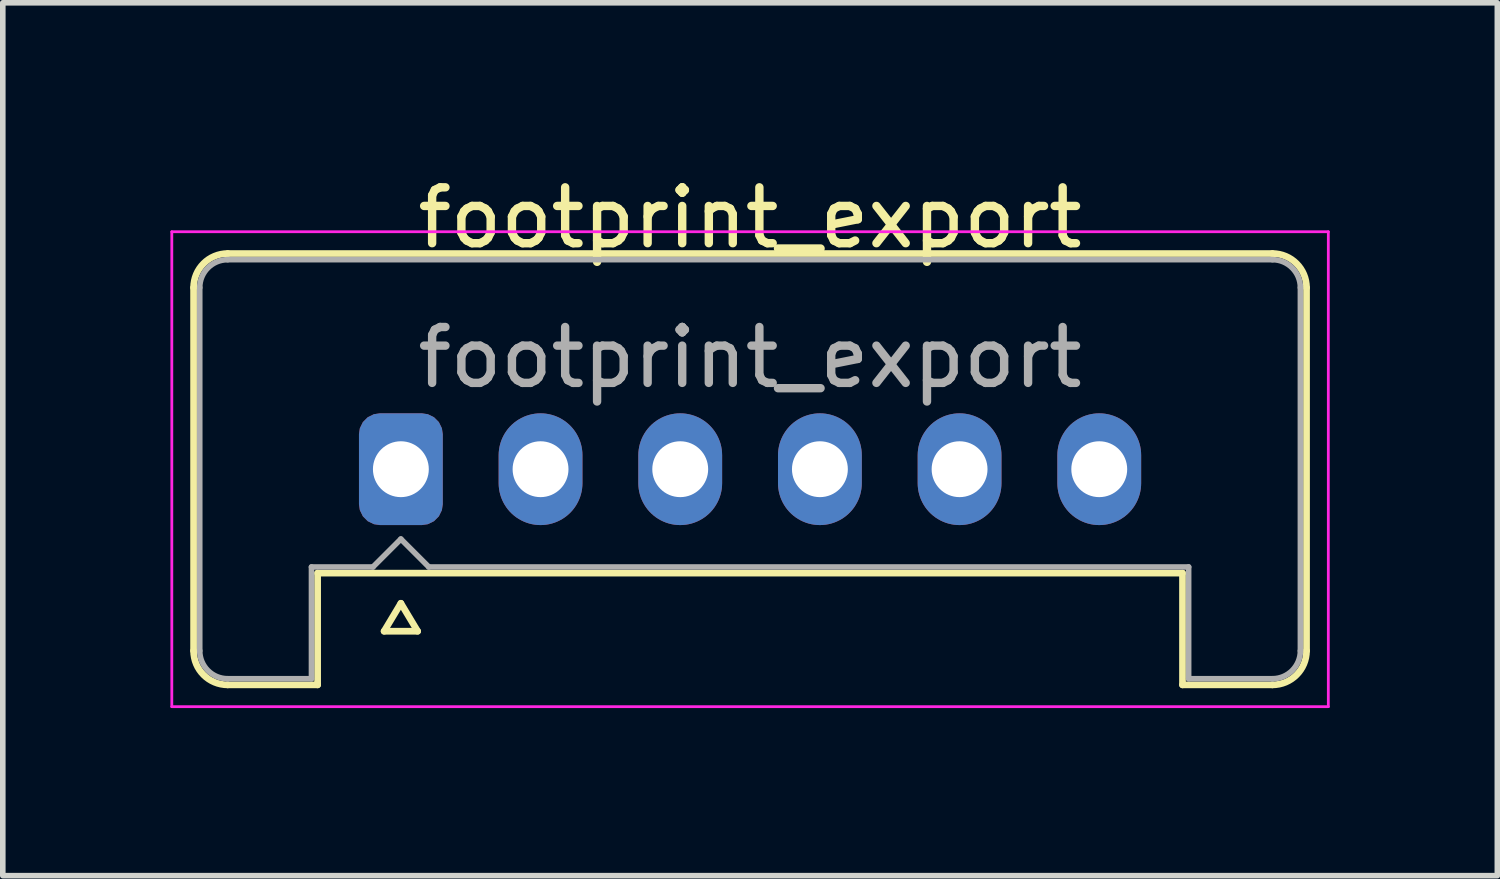
<source format=kicad_pcb>
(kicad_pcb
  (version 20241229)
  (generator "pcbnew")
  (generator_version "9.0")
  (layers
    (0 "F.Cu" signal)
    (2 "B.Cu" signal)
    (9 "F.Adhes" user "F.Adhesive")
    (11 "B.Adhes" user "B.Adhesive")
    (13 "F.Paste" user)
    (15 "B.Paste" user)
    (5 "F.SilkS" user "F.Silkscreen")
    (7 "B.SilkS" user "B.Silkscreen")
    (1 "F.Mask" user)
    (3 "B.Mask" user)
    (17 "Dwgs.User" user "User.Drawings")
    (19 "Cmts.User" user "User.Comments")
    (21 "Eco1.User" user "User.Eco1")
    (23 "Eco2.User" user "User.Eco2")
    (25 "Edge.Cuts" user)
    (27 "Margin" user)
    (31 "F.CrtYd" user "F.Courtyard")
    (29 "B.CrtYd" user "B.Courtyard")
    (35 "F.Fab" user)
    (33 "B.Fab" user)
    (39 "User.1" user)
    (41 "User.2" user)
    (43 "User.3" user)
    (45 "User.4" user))
  (footprint "footprint_export"
    (layer "F.Cu")
    (at 4.125 5.348)
    (property "Reference" "footprint_export" (at 6.25 -4.5 0) (layer "F.SilkS") (effects (font (size 1 1) (thickness 0.15))))
    (attr through_hole)
    (fp_line (start -3.71 -3.25) (end -3.71 3.25) (stroke (width 0.12) (type solid)) (layer "F.SilkS"))
    (fp_line (start -3.1 -3.86) (end 15.6 -3.86) (stroke (width 0.12) (type solid)) (layer "F.SilkS"))
    (fp_line (start -3.1 3.86) (end -1.49 3.86) (stroke (width 0.12) (type solid)) (layer "F.SilkS"))
    (fp_line (start -1.49 1.86) (end 13.99 1.86) (stroke (width 0.12) (type solid)) (layer "F.SilkS"))
    (fp_line (start -1.49 3.86) (end -1.49 1.86) (stroke (width 0.12) (type solid)) (layer "F.SilkS"))
    (fp_line (start -0.3 2.9) (end 0.3 2.9) (stroke (width 0.12) (type solid)) (layer "F.SilkS"))
    (fp_line (start 0 2.4) (end -0.3 2.9) (stroke (width 0.12) (type solid)) (layer "F.SilkS"))
    (fp_line (start 0.3 2.9) (end 0 2.4) (stroke (width 0.12) (type solid)) (layer "F.SilkS"))
    (fp_line (start 13.99 3.86) (end 13.99 1.86) (stroke (width 0.12) (type solid)) (layer "F.SilkS"))
    (fp_line (start 15.6 3.86) (end 13.99 3.86) (stroke (width 0.12) (type solid)) (layer "F.SilkS"))
    (fp_line (start 16.21 -3.25) (end 16.21 3.25) (stroke (width 0.12) (type solid)) (layer "F.SilkS"))
    (fp_arc (start -3.71 -3.25) (mid -3.531335 -3.681335) (end -3.1 -3.86) (stroke (width 0.12) (type solid)) (layer "F.SilkS"))
    (fp_arc (start -3.1 3.86) (mid -3.531335 3.681335) (end -3.71 3.25) (stroke (width 0.12) (type solid)) (layer "F.SilkS"))
    (fp_arc (start 15.6 -3.86) (mid 16.031335 -3.681335) (end 16.21 -3.25) (stroke (width 0.12) (type solid)) (layer "F.SilkS"))
    (fp_arc (start 16.21 3.25) (mid 16.031335 3.681335) (end 15.6 3.86) (stroke (width 0.12) (type solid)) (layer "F.SilkS"))
    (fp_line (start -4.1 -4.25) (end -4.1 4.25) (stroke (width 0.05) (type solid)) (layer "F.CrtYd"))
    (fp_line (start -4.1 4.25) (end 16.6 4.25) (stroke (width 0.05) (type solid)) (layer "F.CrtYd"))
    (fp_line (start 16.6 -4.25) (end -4.1 -4.25) (stroke (width 0.05) (type solid)) (layer "F.CrtYd"))
    (fp_line (start 16.6 4.25) (end 16.6 -4.25) (stroke (width 0.05) (type solid)) (layer "F.CrtYd"))
    (fp_line (start -3.6 -3.25) (end -3.6 3.25) (stroke (width 0.1) (type solid)) (layer "F.Fab"))
    (fp_line (start -3.1 -3.75) (end 15.6 -3.75) (stroke (width 0.1) (type solid)) (layer "F.Fab"))
    (fp_line (start -3.1 3.75) (end -1.6 3.75) (stroke (width 0.1) (type solid)) (layer "F.Fab"))
    (fp_line (start -1.6 1.75) (end -0.5 1.75) (stroke (width 0.1) (type solid)) (layer "F.Fab"))
    (fp_line (start -1.6 3.75) (end -1.6 1.75) (stroke (width 0.1) (type solid)) (layer "F.Fab"))
    (fp_line (start -0.5 1.75) (end 0 1.25) (stroke (width 0.1) (type solid)) (layer "F.Fab"))
    (fp_line (start 0 1.25) (end 0.5 1.75) (stroke (width 0.1) (type solid)) (layer "F.Fab"))
    (fp_line (start 0.5 1.75) (end 14.1 1.75) (stroke (width 0.1) (type solid)) (layer "F.Fab"))
    (fp_line (start 14.1 3.75) (end 14.1 1.75) (stroke (width 0.1) (type solid)) (layer "F.Fab"))
    (fp_line (start 15.6 3.75) (end 14.1 3.75) (stroke (width 0.1) (type solid)) (layer "F.Fab"))
    (fp_line (start 16.1 -3.25) (end 16.1 3.25) (stroke (width 0.1) (type solid)) (layer "F.Fab"))
    (fp_arc (start -3.6 -3.25) (mid -3.453553 -3.603553) (end -3.1 -3.75) (stroke (width 0.1) (type solid)) (layer "F.Fab"))
    (fp_arc (start -3.1 3.75) (mid -3.453553 3.603553) (end -3.6 3.25) (stroke (width 0.1) (type solid)) (layer "F.Fab"))
    (fp_arc (start 15.6 -3.75) (mid 15.953553 -3.603553) (end 16.1 -3.25) (stroke (width 0.1) (type solid)) (layer "F.Fab"))
    (fp_arc (start 16.1 3.25) (mid 15.953553 3.603553) (end 15.6 3.75) (stroke (width 0.1) (type solid)) (layer "F.Fab"))
    (fp_text user "${REFERENCE}" (at 6.25 -2 0) (layer "F.Fab") (effects (font (size 1 1) (thickness 0.15))))
    (pad "1" thru_hole roundrect (at 0 0) (size 1.5 2) (drill 1) (layers "*.Cu" "*.Mask") (roundrect_rratio 0.25))
    (pad "2" thru_hole oval (at 2.5 0) (size 1.5 2) (drill 1) (layers "*.Cu" "*.Mask"))
    (pad "3" thru_hole oval (at 5 0) (size 1.5 2) (drill 1) (layers "*.Cu" "*.Mask"))
    (pad "4" thru_hole oval (at 7.5 0) (size 1.5 2) (drill 1) (layers "*.Cu" "*.Mask"))
    (pad "5" thru_hole oval (at 10 0) (size 1.5 2) (drill 1) (layers "*.Cu" "*.Mask"))
    (pad "6" thru_hole oval (at 12.5 0) (size 1.5 2) (drill 1) (layers "*.Cu" "*.Mask")))
  (gr_rect
    (start -3 -3)
    (end 23.75 12.623)
    (stroke (width 0.1) (type default))
    (fill no)
    (layer "Edge.Cuts")))
</source>
